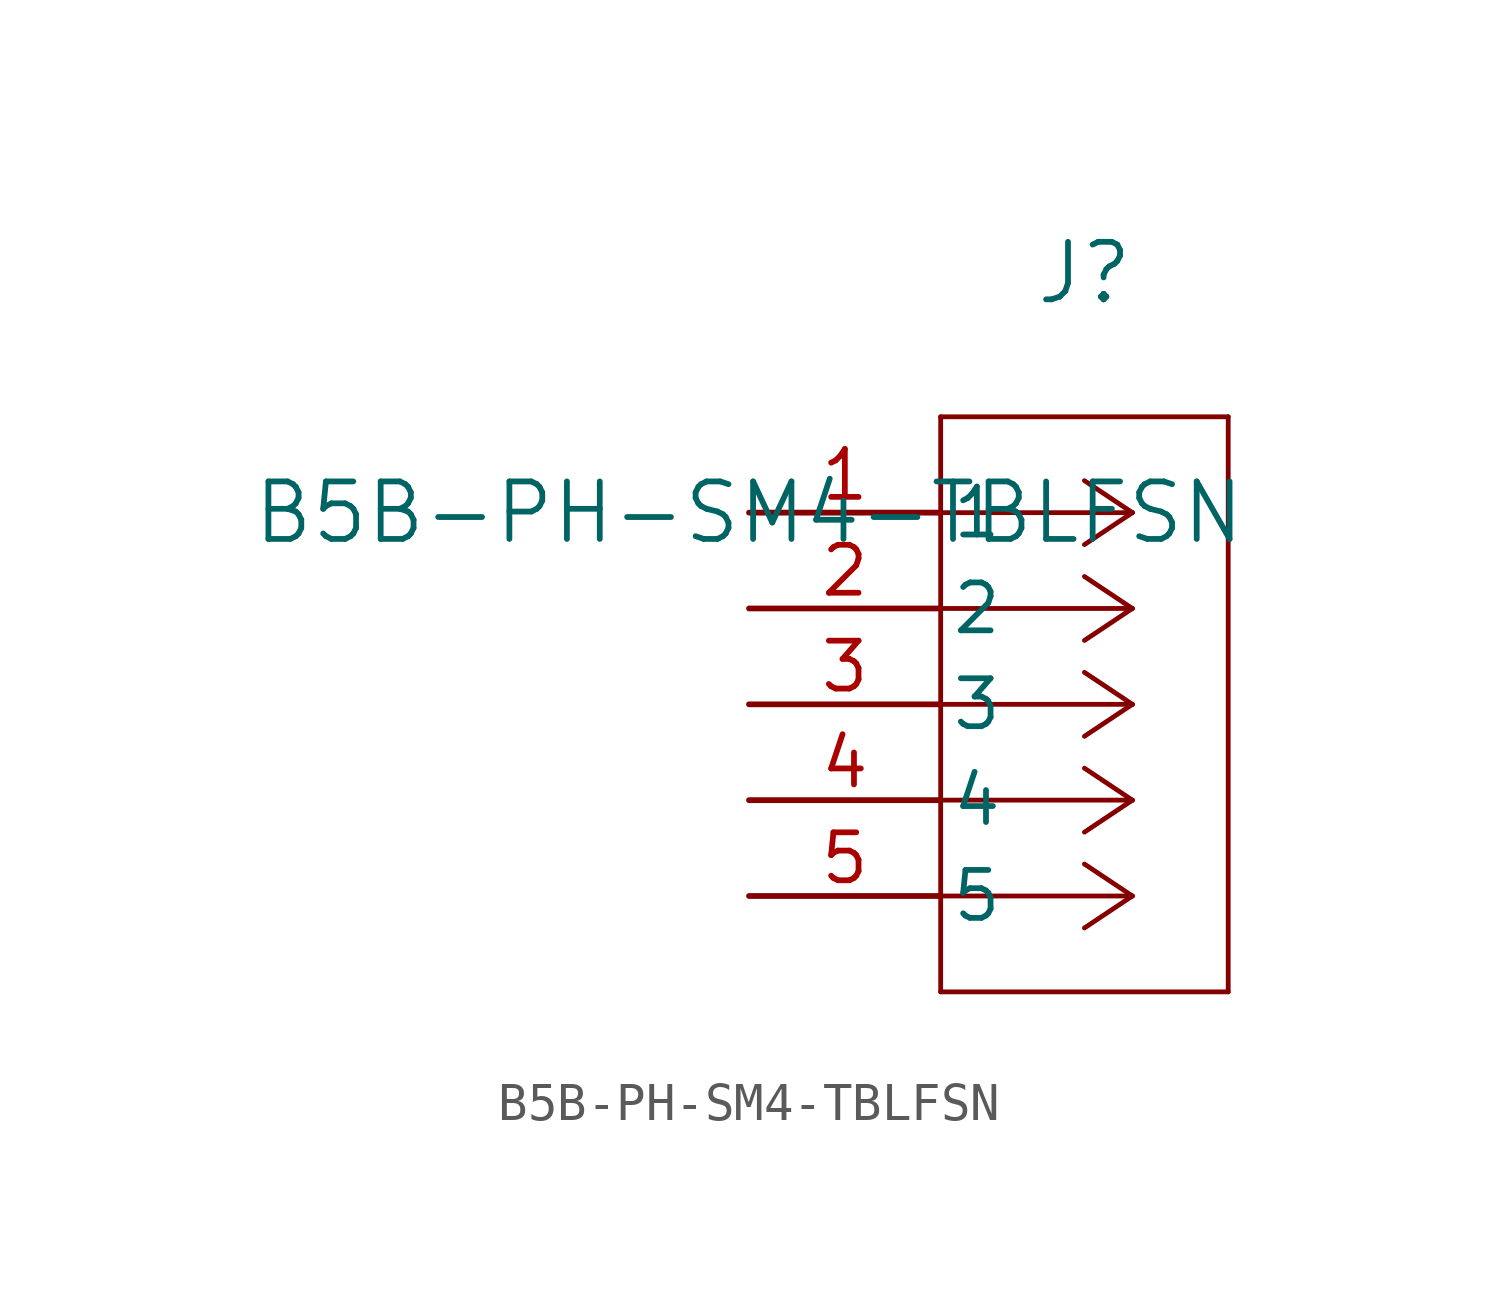
<source format=kicad_sym>
(kicad_symbol_lib
  (version 20211014)
  (generator kicad_symbol_editor)
  (symbol "B5B-PH-SM4-TBLFSN"
    (pin_names
      (offset 0.254))
    (property "Reference" "J"
      (at 8.89 6.35 0)
      (effects (font (size 1.524 1.524))))
    (property "Value" "B5B-PH-SM4-TBLFSN"
      (at 0 0 0)
      (effects (font (size 1.524 1.524))))
    (symbol "B5B-PH-SM4-TBLFSN_0_1"
      (polyline (pts (xy 10.16 0) (xy 5.08 0)) (stroke (width 0.127) (type default) (color 0 0 0 0)) (fill (type none)))
      (polyline (pts (xy 10.16 -2.54) (xy 5.08 -2.54)) (stroke (width 0.127) (type default) (color 0 0 0 0)) (fill (type none)))
      (polyline (pts (xy 10.16 -5.08) (xy 5.08 -5.08)) (stroke (width 0.127) (type default) (color 0 0 0 0)) (fill (type none)))
      (polyline (pts (xy 10.16 -7.62) (xy 5.08 -7.62)) (stroke (width 0.127) (type default) (color 0 0 0 0)) (fill (type none)))
      (polyline (pts (xy 10.16 -10.16) (xy 5.08 -10.16)) (stroke (width 0.127) (type default) (color 0 0 0 0)) (fill (type none)))
      (polyline (pts (xy 10.16 0) (xy 8.89 0.847)) (stroke (width 0.127) (type default) (color 0 0 0 0)) (fill (type none)))
      (polyline (pts (xy 10.16 -2.54) (xy 8.89 -1.693)) (stroke (width 0.127) (type default) (color 0 0 0 0)) (fill (type none)))
      (polyline (pts (xy 10.16 -5.08) (xy 8.89 -4.233)) (stroke (width 0.127) (type default) (color 0 0 0 0)) (fill (type none)))
      (polyline (pts (xy 10.16 -7.62) (xy 8.89 -6.773)) (stroke (width 0.127) (type default) (color 0 0 0 0)) (fill (type none)))
      (polyline (pts (xy 10.16 -10.16) (xy 8.89 -9.313)) (stroke (width 0.127) (type default) (color 0 0 0 0)) (fill (type none)))
      (polyline (pts (xy 10.16 0) (xy 8.89 -0.847)) (stroke (width 0.127) (type default) (color 0 0 0 0)) (fill (type none)))
      (polyline (pts (xy 10.16 -2.54) (xy 8.89 -3.387)) (stroke (width 0.127) (type default) (color 0 0 0 0)) (fill (type none)))
      (polyline (pts (xy 10.16 -5.08) (xy 8.89 -5.927)) (stroke (width 0.127) (type default) (color 0 0 0 0)) (fill (type none)))
      (polyline (pts (xy 10.16 -7.62) (xy 8.89 -8.467)) (stroke (width 0.127) (type default) (color 0 0 0 0)) (fill (type none)))
      (polyline (pts (xy 10.16 -10.16) (xy 8.89 -11.007)) (stroke (width 0.127) (type default) (color 0 0 0 0)) (fill (type none)))
      (polyline (pts (xy 5.08 2.54) (xy 5.08 -12.7)) (stroke (width 0.127) (type default) (color 0 0 0 0)) (fill (type none)))
      (polyline (pts (xy 5.08 -12.7) (xy 12.7 -12.7)) (stroke (width 0.127) (type default) (color 0 0 0 0)) (fill (type none)))
      (polyline (pts (xy 12.7 -12.7) (xy 12.7 2.54)) (stroke (width 0.127) (type default) (color 0 0 0 0)) (fill (type none)))
      (polyline (pts (xy 12.7 2.54) (xy 5.08 2.54)) (stroke (width 0.127) (type default) (color 0 0 0 0)) (fill (type none)))
      (pin unspecified line (at 0 0 0) (length 5.08) (name "1" (effects (font (size 1.27 1.27)))) (number "1" (effects (font (size 1.27 1.27)))))
      (pin unspecified line (at 0 -2.54 0) (length 5.08) (name "2" (effects (font (size 1.27 1.27)))) (number "2" (effects (font (size 1.27 1.27)))))
      (pin unspecified line (at 0 -5.08 0) (length 5.08) (name "3" (effects (font (size 1.27 1.27)))) (number "3" (effects (font (size 1.27 1.27)))))
      (pin unspecified line (at 0 -7.62 0) (length 5.08) (name "4" (effects (font (size 1.27 1.27)))) (number "4" (effects (font (size 1.27 1.27)))))
      (pin unspecified line (at 0 -10.16 0) (length 5.08) (name "5" (effects (font (size 1.27 1.27)))) (number "5" (effects (font (size 1.27 1.27))))))))
</source>
